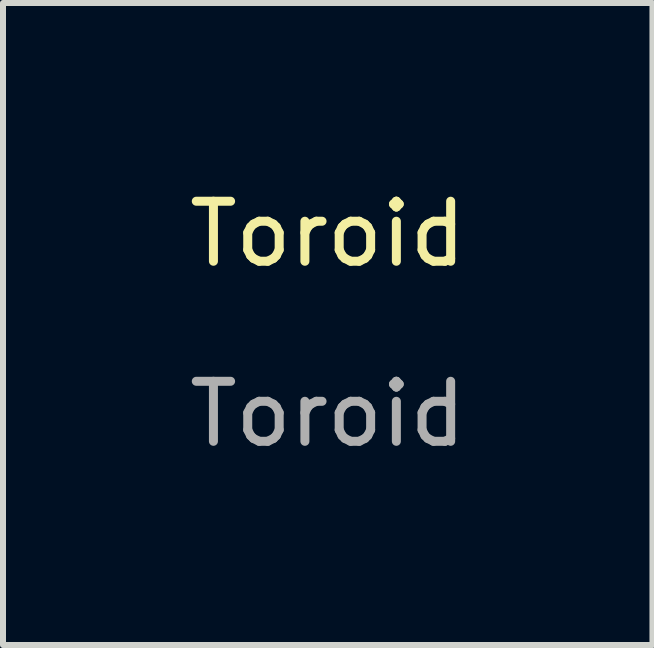
<source format=kicad_pcb>
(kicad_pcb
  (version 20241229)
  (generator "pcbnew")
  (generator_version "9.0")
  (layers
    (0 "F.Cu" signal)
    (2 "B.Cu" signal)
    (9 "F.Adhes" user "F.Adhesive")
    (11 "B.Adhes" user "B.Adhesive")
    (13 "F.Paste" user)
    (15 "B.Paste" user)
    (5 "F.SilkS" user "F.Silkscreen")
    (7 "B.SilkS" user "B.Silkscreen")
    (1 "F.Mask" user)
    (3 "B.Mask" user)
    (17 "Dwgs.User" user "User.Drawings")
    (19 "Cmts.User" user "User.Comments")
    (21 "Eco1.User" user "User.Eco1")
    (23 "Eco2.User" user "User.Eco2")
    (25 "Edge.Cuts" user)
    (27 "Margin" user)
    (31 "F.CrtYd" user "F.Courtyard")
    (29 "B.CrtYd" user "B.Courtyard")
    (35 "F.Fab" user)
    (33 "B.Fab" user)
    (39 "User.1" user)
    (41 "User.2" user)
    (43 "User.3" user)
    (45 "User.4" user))
  (footprint "Toroid"
    (layer "F.Cu")
    (at 2.411 1.348)
    (property "Reference" "Toroid" (at 0 -0.5 0) (unlocked yes) (layer "F.SilkS") (effects (font (size 1 1) (thickness 0.15))))
    (attr smd)
    (fp_text user "${REFERENCE}" (at 0 2.5 0) (unlocked yes) (layer "F.Fab") (effects (font (size 1 1) (thickness 0.15)))))
  (gr_rect
    (start -3 -3)
    (end 7.821 7.697)
    (stroke (width 0.1) (type default))
    (fill no)
    (layer "Edge.Cuts")))
</source>
